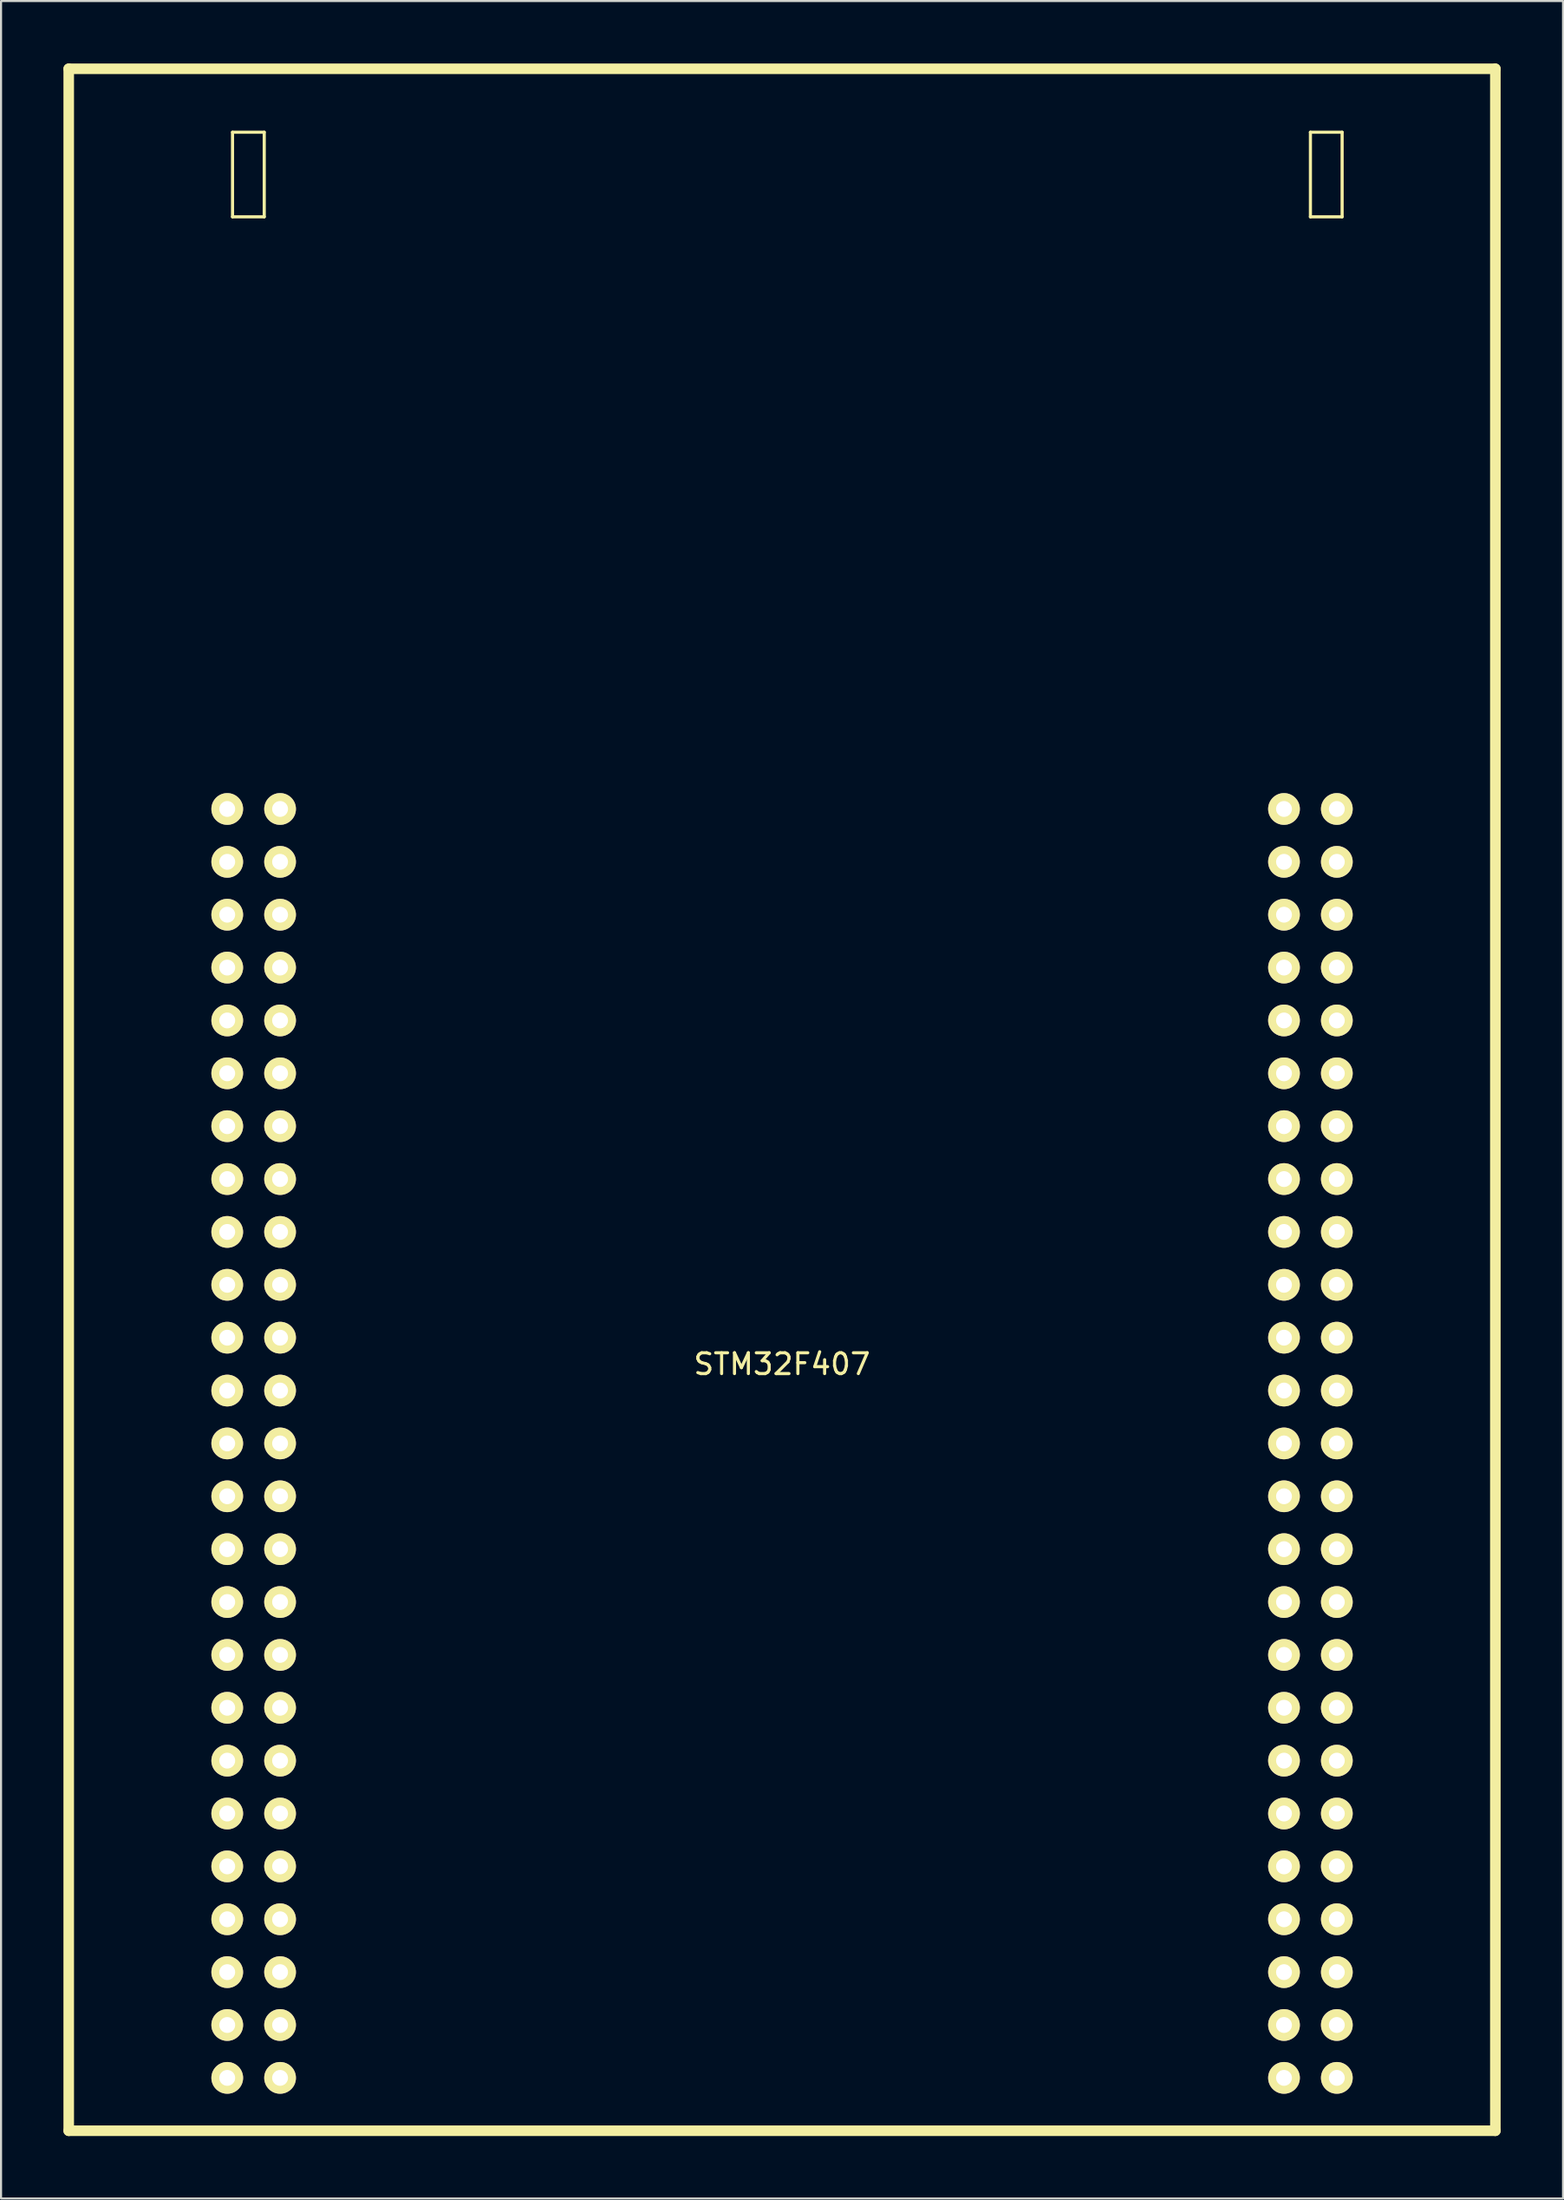
<source format=kicad_pcb>
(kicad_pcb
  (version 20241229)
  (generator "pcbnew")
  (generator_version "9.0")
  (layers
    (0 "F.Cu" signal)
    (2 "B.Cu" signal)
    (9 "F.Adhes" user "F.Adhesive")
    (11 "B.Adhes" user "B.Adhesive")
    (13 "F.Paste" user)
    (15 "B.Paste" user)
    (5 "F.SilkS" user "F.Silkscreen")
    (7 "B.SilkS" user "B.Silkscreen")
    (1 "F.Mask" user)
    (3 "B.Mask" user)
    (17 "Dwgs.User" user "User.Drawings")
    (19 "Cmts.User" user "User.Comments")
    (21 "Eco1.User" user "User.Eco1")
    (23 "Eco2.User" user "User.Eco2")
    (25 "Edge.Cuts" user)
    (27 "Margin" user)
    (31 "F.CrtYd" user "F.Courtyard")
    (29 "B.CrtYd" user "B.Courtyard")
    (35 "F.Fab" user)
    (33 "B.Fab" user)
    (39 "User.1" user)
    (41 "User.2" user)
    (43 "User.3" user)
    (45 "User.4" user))
  (footprint "STM32F407"
    (layer "F.Cu")
    (at 7.874 35.814)
    (property "Reference" "STM32F407" (at 26.67 26.67 0) (layer "F.SilkS") (effects (font (size 1 1) (thickness 0.15))))
    (attr through_hole)
    (fp_line (start -7.62 -35.56) (end -7.62 63.5) (stroke (width 0.508) (type solid)) (layer "F.SilkS"))
    (fp_line (start -7.62 63.5) (end 60.96 63.5) (stroke (width 0.508) (type solid)) (layer "F.SilkS"))
    (fp_line (start 0.254 -32.512) (end 1.778 -32.512) (stroke (width 0.15) (type solid)) (layer "F.SilkS"))
    (fp_line (start 0.254 -28.448) (end 0.254 -32.512) (stroke (width 0.15) (type solid)) (layer "F.SilkS"))
    (fp_line (start 1.778 -32.512) (end 1.778 -28.448) (stroke (width 0.15) (type solid)) (layer "F.SilkS"))
    (fp_line (start 1.778 -28.448) (end 0.254 -28.448) (stroke (width 0.15) (type solid)) (layer "F.SilkS"))
    (fp_line (start 52.07 -32.512) (end 53.594 -32.512) (stroke (width 0.15) (type solid)) (layer "F.SilkS"))
    (fp_line (start 52.07 -28.448) (end 52.07 -32.512) (stroke (width 0.15) (type solid)) (layer "F.SilkS"))
    (fp_line (start 53.594 -32.512) (end 53.594 -28.448) (stroke (width 0.15) (type solid)) (layer "F.SilkS"))
    (fp_line (start 53.594 -28.448) (end 52.07 -28.448) (stroke (width 0.15) (type solid)) (layer "F.SilkS"))
    (fp_line (start 60.96 -35.56) (end -7.62 -35.56) (stroke (width 0.508) (type solid)) (layer "F.SilkS"))
    (fp_line (start 60.96 63.5) (end 60.96 -35.56) (stroke (width 0.508) (type solid)) (layer "F.SilkS"))
    (pad "1" thru_hole circle (at 0 0) (size 1.524 1.524) (drill 0.762) (layers "*.Cu" "*.Mask" "F.SilkS"))
    (pad "2" thru_hole circle (at 2.54 0) (size 1.524 1.524) (drill 0.762) (layers "*.Cu" "*.Mask" "F.SilkS"))
    (pad "3" thru_hole circle (at 0 2.54) (size 1.524 1.524) (drill 0.762) (layers "*.Cu" "*.Mask" "F.SilkS"))
    (pad "4" thru_hole circle (at 2.54 2.54) (size 1.524 1.524) (drill 0.762) (layers "*.Cu" "*.Mask" "F.SilkS"))
    (pad "5" thru_hole circle (at 0 5.08) (size 1.524 1.524) (drill 0.762) (layers "*.Cu" "*.Mask" "F.SilkS"))
    (pad "6" thru_hole circle (at 2.54 5.08) (size 1.524 1.524) (drill 0.762) (layers "*.Cu" "*.Mask" "F.SilkS"))
    (pad "7" thru_hole circle (at 0 7.62) (size 1.524 1.524) (drill 0.762) (layers "*.Cu" "*.Mask" "F.SilkS"))
    (pad "8" thru_hole circle (at 2.54 7.62) (size 1.524 1.524) (drill 0.762) (layers "*.Cu" "*.Mask" "F.SilkS"))
    (pad "9" thru_hole circle (at 0 10.16) (size 1.524 1.524) (drill 0.762) (layers "*.Cu" "*.Mask" "F.SilkS"))
    (pad "10" thru_hole circle (at 2.54 10.16) (size 1.524 1.524) (drill 0.762) (layers "*.Cu" "*.Mask" "F.SilkS"))
    (pad "11" thru_hole circle (at 0 12.7) (size 1.524 1.524) (drill 0.762) (layers "*.Cu" "*.Mask" "F.SilkS"))
    (pad "12" thru_hole circle (at 2.54 12.7) (size 1.524 1.524) (drill 0.762) (layers "*.Cu" "*.Mask" "F.SilkS"))
    (pad "13" thru_hole circle (at 0 15.24) (size 1.524 1.524) (drill 0.762) (layers "*.Cu" "*.Mask" "F.SilkS"))
    (pad "14" thru_hole circle (at 2.54 15.24) (size 1.524 1.524) (drill 0.762) (layers "*.Cu" "*.Mask" "F.SilkS"))
    (pad "15" thru_hole circle (at 0 17.78) (size 1.524 1.524) (drill 0.762) (layers "*.Cu" "*.Mask" "F.SilkS"))
    (pad "16" thru_hole circle (at 2.54 17.78) (size 1.524 1.524) (drill 0.762) (layers "*.Cu" "*.Mask" "F.SilkS"))
    (pad "17" thru_hole circle (at 0 20.32) (size 1.524 1.524) (drill 0.762) (layers "*.Cu" "*.Mask" "F.SilkS"))
    (pad "18" thru_hole circle (at 2.54 20.32) (size 1.524 1.524) (drill 0.762) (layers "*.Cu" "*.Mask" "F.SilkS"))
    (pad "19" thru_hole circle (at 0 22.86) (size 1.524 1.524) (drill 0.762) (layers "*.Cu" "*.Mask" "F.SilkS"))
    (pad "20" thru_hole circle (at 2.54 22.86) (size 1.524 1.524) (drill 0.762) (layers "*.Cu" "*.Mask" "F.SilkS"))
    (pad "21" thru_hole circle (at 0 25.4) (size 1.524 1.524) (drill 0.762) (layers "*.Cu" "*.Mask" "F.SilkS"))
    (pad "22" thru_hole circle (at 2.54 25.4) (size 1.524 1.524) (drill 0.762) (layers "*.Cu" "*.Mask" "F.SilkS"))
    (pad "23" thru_hole circle (at 0 27.94) (size 1.524 1.524) (drill 0.762) (layers "*.Cu" "*.Mask" "F.SilkS"))
    (pad "24" thru_hole circle (at 2.54 27.94) (size 1.524 1.524) (drill 0.762) (layers "*.Cu" "*.Mask" "F.SilkS"))
    (pad "25" thru_hole circle (at 0 30.48) (size 1.524 1.524) (drill 0.762) (layers "*.Cu" "*.Mask" "F.SilkS"))
    (pad "26" thru_hole circle (at 2.54 30.48) (size 1.524 1.524) (drill 0.762) (layers "*.Cu" "*.Mask" "F.SilkS"))
    (pad "27" thru_hole circle (at 0 33.02) (size 1.524 1.524) (drill 0.762) (layers "*.Cu" "*.Mask" "F.SilkS"))
    (pad "28" thru_hole circle (at 2.54 33.02) (size 1.524 1.524) (drill 0.762) (layers "*.Cu" "*.Mask" "F.SilkS"))
    (pad "29" thru_hole circle (at 0 35.56) (size 1.524 1.524) (drill 0.762) (layers "*.Cu" "*.Mask" "F.SilkS"))
    (pad "30" thru_hole circle (at 2.54 35.56) (size 1.524 1.524) (drill 0.762) (layers "*.Cu" "*.Mask" "F.SilkS"))
    (pad "31" thru_hole circle (at 0 38.1) (size 1.524 1.524) (drill 0.762) (layers "*.Cu" "*.Mask" "F.SilkS"))
    (pad "32" thru_hole circle (at 2.54 38.1) (size 1.524 1.524) (drill 0.762) (layers "*.Cu" "*.Mask" "F.SilkS"))
    (pad "33" thru_hole circle (at 0 40.64) (size 1.524 1.524) (drill 0.762) (layers "*.Cu" "*.Mask" "F.SilkS"))
    (pad "34" thru_hole circle (at 2.54 40.64) (size 1.524 1.524) (drill 0.762) (layers "*.Cu" "*.Mask" "F.SilkS"))
    (pad "35" thru_hole circle (at 0 43.18) (size 1.524 1.524) (drill 0.762) (layers "*.Cu" "*.Mask" "F.SilkS"))
    (pad "36" thru_hole circle (at 2.54 43.18) (size 1.524 1.524) (drill 0.762) (layers "*.Cu" "*.Mask" "F.SilkS"))
    (pad "37" thru_hole circle (at 0 45.72) (size 1.524 1.524) (drill 0.762) (layers "*.Cu" "*.Mask" "F.SilkS"))
    (pad "38" thru_hole circle (at 2.54 45.72) (size 1.524 1.524) (drill 0.762) (layers "*.Cu" "*.Mask" "F.SilkS"))
    (pad "39" thru_hole circle (at 0 48.26) (size 1.524 1.524) (drill 0.762) (layers "*.Cu" "*.Mask" "F.SilkS"))
    (pad "40" thru_hole circle (at 2.54 48.26) (size 1.524 1.524) (drill 0.762) (layers "*.Cu" "*.Mask" "F.SilkS"))
    (pad "41" thru_hole circle (at 0 50.8) (size 1.524 1.524) (drill 0.762) (layers "*.Cu" "*.Mask" "F.SilkS"))
    (pad "42" thru_hole circle (at 2.54 50.8) (size 1.524 1.524) (drill 0.762) (layers "*.Cu" "*.Mask" "F.SilkS"))
    (pad "43" thru_hole circle (at 0 53.34) (size 1.524 1.524) (drill 0.762) (layers "*.Cu" "*.Mask" "F.SilkS"))
    (pad "44" thru_hole circle (at 2.54 53.34) (size 1.524 1.524) (drill 0.762) (layers "*.Cu" "*.Mask" "F.SilkS"))
    (pad "45" thru_hole circle (at 0 55.88) (size 1.524 1.524) (drill 0.762) (layers "*.Cu" "*.Mask" "F.SilkS"))
    (pad "46" thru_hole circle (at 2.54 55.88) (size 1.524 1.524) (drill 0.762) (layers "*.Cu" "*.Mask" "F.SilkS"))
    (pad "47" thru_hole circle (at 0 58.42) (size 1.524 1.524) (drill 0.762) (layers "*.Cu" "*.Mask" "F.SilkS"))
    (pad "48" thru_hole circle (at 2.54 58.42) (size 1.524 1.524) (drill 0.762) (layers "*.Cu" "*.Mask" "F.SilkS"))
    (pad "49" thru_hole circle (at 0 60.96) (size 1.524 1.524) (drill 0.762) (layers "*.Cu" "*.Mask" "F.SilkS"))
    (pad "50" thru_hole circle (at 2.54 60.96) (size 1.524 1.524) (drill 0.762) (layers "*.Cu" "*.Mask" "F.SilkS"))
    (pad "51" thru_hole circle (at 50.8 0) (size 1.524 1.524) (drill 0.762) (layers "*.Cu" "*.Mask" "F.SilkS"))
    (pad "52" thru_hole circle (at 53.34 0) (size 1.524 1.524) (drill 0.762) (layers "*.Cu" "*.Mask" "F.SilkS"))
    (pad "53" thru_hole circle (at 50.8 2.54) (size 1.524 1.524) (drill 0.762) (layers "*.Cu" "*.Mask" "F.SilkS"))
    (pad "54" thru_hole circle (at 53.34 2.54) (size 1.524 1.524) (drill 0.762) (layers "*.Cu" "*.Mask" "F.SilkS"))
    (pad "55" thru_hole circle (at 50.8 5.08) (size 1.524 1.524) (drill 0.762) (layers "*.Cu" "*.Mask" "F.SilkS"))
    (pad "56" thru_hole circle (at 53.34 5.08) (size 1.524 1.524) (drill 0.762) (layers "*.Cu" "*.Mask" "F.SilkS"))
    (pad "57" thru_hole circle (at 50.8 7.62) (size 1.524 1.524) (drill 0.762) (layers "*.Cu" "*.Mask" "F.SilkS"))
    (pad "58" thru_hole circle (at 53.34 7.62) (size 1.524 1.524) (drill 0.762) (layers "*.Cu" "*.Mask" "F.SilkS"))
    (pad "59" thru_hole circle (at 50.8 10.16) (size 1.524 1.524) (drill 0.762) (layers "*.Cu" "*.Mask" "F.SilkS"))
    (pad "60" thru_hole circle (at 53.34 10.16) (size 1.524 1.524) (drill 0.762) (layers "*.Cu" "*.Mask" "F.SilkS"))
    (pad "61" thru_hole circle (at 50.8 12.7) (size 1.524 1.524) (drill 0.762) (layers "*.Cu" "*.Mask" "F.SilkS"))
    (pad "62" thru_hole circle (at 53.34 12.7) (size 1.524 1.524) (drill 0.762) (layers "*.Cu" "*.Mask" "F.SilkS"))
    (pad "63" thru_hole circle (at 50.8 15.24) (size 1.524 1.524) (drill 0.762) (layers "*.Cu" "*.Mask" "F.SilkS"))
    (pad "64" thru_hole circle (at 53.34 15.24) (size 1.524 1.524) (drill 0.762) (layers "*.Cu" "*.Mask" "F.SilkS"))
    (pad "65" thru_hole circle (at 50.8 17.78) (size 1.524 1.524) (drill 0.762) (layers "*.Cu" "*.Mask" "F.SilkS"))
    (pad "66" thru_hole circle (at 53.34 17.78) (size 1.524 1.524) (drill 0.762) (layers "*.Cu" "*.Mask" "F.SilkS"))
    (pad "67" thru_hole circle (at 50.8 20.32) (size 1.524 1.524) (drill 0.762) (layers "*.Cu" "*.Mask" "F.SilkS"))
    (pad "68" thru_hole circle (at 53.34 20.32) (size 1.524 1.524) (drill 0.762) (layers "*.Cu" "*.Mask" "F.SilkS"))
    (pad "69" thru_hole circle (at 50.8 22.86) (size 1.524 1.524) (drill 0.762) (layers "*.Cu" "*.Mask" "F.SilkS"))
    (pad "70" thru_hole circle (at 53.34 22.86) (size 1.524 1.524) (drill 0.762) (layers "*.Cu" "*.Mask" "F.SilkS"))
    (pad "71" thru_hole circle (at 50.8 25.4) (size 1.524 1.524) (drill 0.762) (layers "*.Cu" "*.Mask" "F.SilkS"))
    (pad "72" thru_hole circle (at 53.34 25.4) (size 1.524 1.524) (drill 0.762) (layers "*.Cu" "*.Mask" "F.SilkS"))
    (pad "73" thru_hole circle (at 50.8 27.94) (size 1.524 1.524) (drill 0.762) (layers "*.Cu" "*.Mask" "F.SilkS"))
    (pad "74" thru_hole circle (at 53.34 27.94) (size 1.524 1.524) (drill 0.762) (layers "*.Cu" "*.Mask" "F.SilkS"))
    (pad "75" thru_hole circle (at 50.8 30.48) (size 1.524 1.524) (drill 0.762) (layers "*.Cu" "*.Mask" "F.SilkS"))
    (pad "76" thru_hole circle (at 53.34 30.48) (size 1.524 1.524) (drill 0.762) (layers "*.Cu" "*.Mask" "F.SilkS"))
    (pad "77" thru_hole circle (at 50.8 33.02) (size 1.524 1.524) (drill 0.762) (layers "*.Cu" "*.Mask" "F.SilkS"))
    (pad "78" thru_hole circle (at 53.34 33.02) (size 1.524 1.524) (drill 0.762) (layers "*.Cu" "*.Mask" "F.SilkS"))
    (pad "79" thru_hole circle (at 50.8 35.56) (size 1.524 1.524) (drill 0.762) (layers "*.Cu" "*.Mask" "F.SilkS"))
    (pad "80" thru_hole circle (at 53.34 35.56) (size 1.524 1.524) (drill 0.762) (layers "*.Cu" "*.Mask" "F.SilkS"))
    (pad "81" thru_hole circle (at 50.8 38.1) (size 1.524 1.524) (drill 0.762) (layers "*.Cu" "*.Mask" "F.SilkS"))
    (pad "82" thru_hole circle (at 53.34 38.1) (size 1.524 1.524) (drill 0.762) (layers "*.Cu" "*.Mask" "F.SilkS"))
    (pad "83" thru_hole circle (at 50.8 40.64) (size 1.524 1.524) (drill 0.762) (layers "*.Cu" "*.Mask" "F.SilkS"))
    (pad "84" thru_hole circle (at 53.34 40.64) (size 1.524 1.524) (drill 0.762) (layers "*.Cu" "*.Mask" "F.SilkS"))
    (pad "85" thru_hole circle (at 50.8 43.18) (size 1.524 1.524) (drill 0.762) (layers "*.Cu" "*.Mask" "F.SilkS"))
    (pad "86" thru_hole circle (at 53.34 43.18) (size 1.524 1.524) (drill 0.762) (layers "*.Cu" "*.Mask" "F.SilkS"))
    (pad "87" thru_hole circle (at 50.8 45.72) (size 1.524 1.524) (drill 0.762) (layers "*.Cu" "*.Mask" "F.SilkS"))
    (pad "88" thru_hole circle (at 53.34 45.72) (size 1.524 1.524) (drill 0.762) (layers "*.Cu" "*.Mask" "F.SilkS"))
    (pad "89" thru_hole circle (at 50.8 48.26) (size 1.524 1.524) (drill 0.762) (layers "*.Cu" "*.Mask" "F.SilkS"))
    (pad "90" thru_hole circle (at 53.34 48.26) (size 1.524 1.524) (drill 0.762) (layers "*.Cu" "*.Mask" "F.SilkS"))
    (pad "91" thru_hole circle (at 50.8 50.8) (size 1.524 1.524) (drill 0.762) (layers "*.Cu" "*.Mask" "F.SilkS"))
    (pad "92" thru_hole circle (at 53.34 50.8) (size 1.524 1.524) (drill 0.762) (layers "*.Cu" "*.Mask" "F.SilkS"))
    (pad "93" thru_hole circle (at 50.8 53.34) (size 1.524 1.524) (drill 0.762) (layers "*.Cu" "*.Mask" "F.SilkS"))
    (pad "94" thru_hole circle (at 53.34 53.34) (size 1.524 1.524) (drill 0.762) (layers "*.Cu" "*.Mask" "F.SilkS"))
    (pad "95" thru_hole circle (at 50.8 55.88) (size 1.524 1.524) (drill 0.762) (layers "*.Cu" "*.Mask" "F.SilkS"))
    (pad "96" thru_hole circle (at 53.34 55.88) (size 1.524 1.524) (drill 0.762) (layers "*.Cu" "*.Mask" "F.SilkS"))
    (pad "97" thru_hole circle (at 50.8 58.42) (size 1.524 1.524) (drill 0.762) (layers "*.Cu" "*.Mask" "F.SilkS"))
    (pad "98" thru_hole circle (at 53.34 58.42) (size 1.524 1.524) (drill 0.762) (layers "*.Cu" "*.Mask" "F.SilkS"))
    (pad "99" thru_hole circle (at 50.8 60.96) (size 1.524 1.524) (drill 0.762) (layers "*.Cu" "*.Mask" "F.SilkS"))
    (pad "100" thru_hole circle (at 53.34 60.96) (size 1.524 1.524) (drill 0.762) (layers "*.Cu" "*.Mask" "F.SilkS")))
  (gr_rect
    (start -3 -3)
    (end 72.088 102.568)
    (stroke (width 0.1) (type default))
    (fill no)
    (layer "Edge.Cuts")))
</source>
